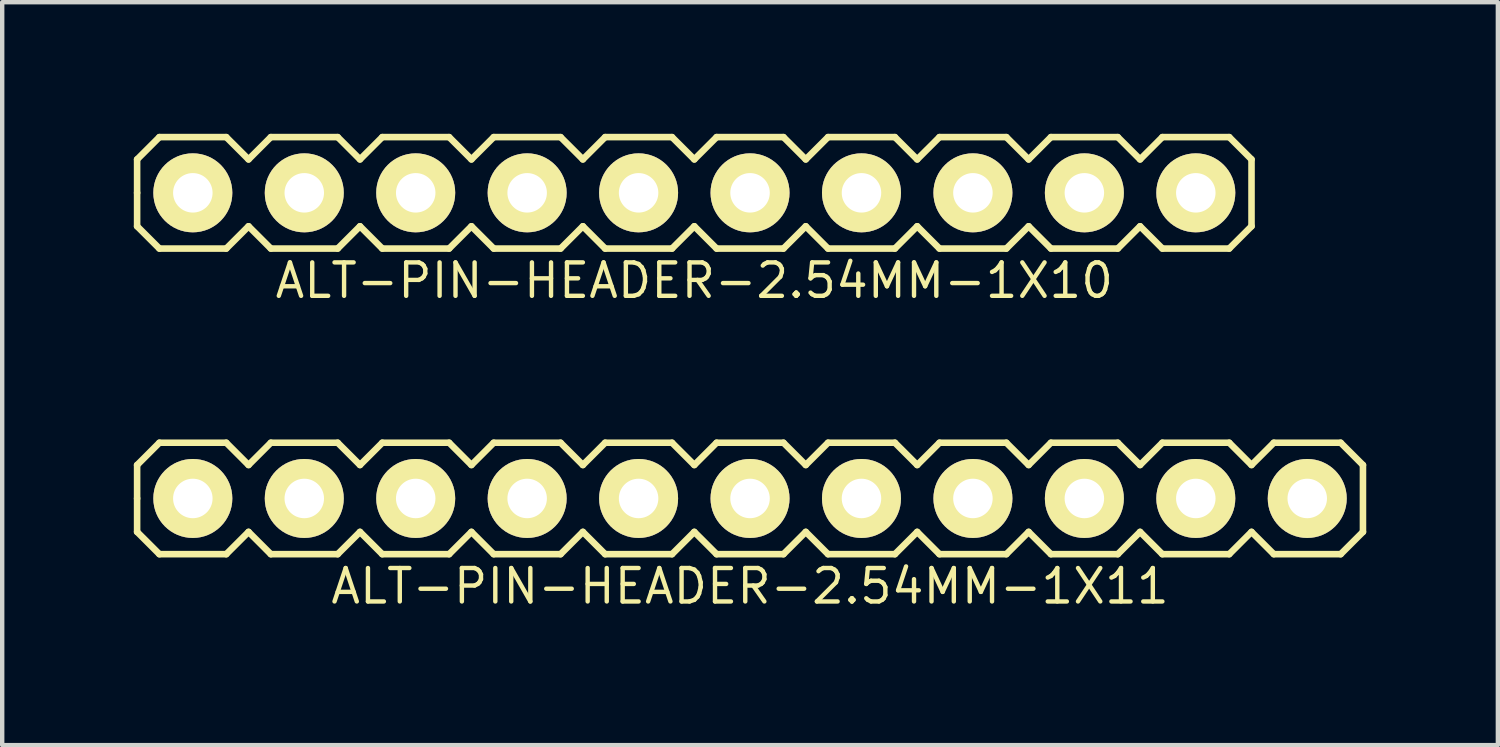
<source format=kicad_pcb>
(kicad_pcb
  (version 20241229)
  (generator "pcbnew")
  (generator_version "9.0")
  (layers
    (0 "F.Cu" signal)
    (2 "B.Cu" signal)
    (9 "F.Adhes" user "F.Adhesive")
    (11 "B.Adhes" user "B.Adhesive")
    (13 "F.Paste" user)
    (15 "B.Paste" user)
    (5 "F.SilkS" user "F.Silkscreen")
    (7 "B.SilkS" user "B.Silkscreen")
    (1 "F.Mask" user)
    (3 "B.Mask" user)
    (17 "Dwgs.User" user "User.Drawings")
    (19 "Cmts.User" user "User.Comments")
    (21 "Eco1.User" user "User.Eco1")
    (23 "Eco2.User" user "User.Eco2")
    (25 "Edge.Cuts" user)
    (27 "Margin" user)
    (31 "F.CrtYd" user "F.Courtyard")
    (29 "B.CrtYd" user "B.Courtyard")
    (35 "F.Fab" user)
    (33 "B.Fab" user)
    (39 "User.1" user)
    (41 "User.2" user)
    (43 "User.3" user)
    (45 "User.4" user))
  (footprint "ALT-PIN-HEADER-2.54MM-1X10"
    (layer "F.Cu")
    (at 12.775 1.345)
    (property "Reference" "ALT-PIN-HEADER-2.54MM-1X10" (at 0 2 0) (layer "F.SilkS") (effects (font (size 0.762 0.762) (thickness 0.1))))
    (attr through_hole)
    (fp_line (start -12.7 -0.762) (end -12.192 -1.27) (stroke (width 0.15) (type solid)) (layer "F.SilkS"))
    (fp_line (start -12.7 0) (end -12.7 -0.762) (stroke (width 0.15) (type solid)) (layer "F.SilkS"))
    (fp_line (start -12.7 0.762) (end -12.7 0) (stroke (width 0.15) (type solid)) (layer "F.SilkS"))
    (fp_line (start -12.192 -1.27) (end -10.668 -1.27) (stroke (width 0.15) (type solid)) (layer "F.SilkS"))
    (fp_line (start -12.192 1.27) (end -12.7 0.762) (stroke (width 0.15) (type solid)) (layer "F.SilkS"))
    (fp_line (start -10.668 -1.27) (end -10.16 -0.762) (stroke (width 0.15) (type solid)) (layer "F.SilkS"))
    (fp_line (start -10.668 1.27) (end -12.192 1.27) (stroke (width 0.15) (type solid)) (layer "F.SilkS"))
    (fp_line (start -10.16 -0.762) (end -9.652 -1.27) (stroke (width 0.15) (type solid)) (layer "F.SilkS"))
    (fp_line (start -10.16 0.762) (end -10.668 1.27) (stroke (width 0.15) (type solid)) (layer "F.SilkS"))
    (fp_line (start -9.652 -1.27) (end -8.128 -1.27) (stroke (width 0.15) (type solid)) (layer "F.SilkS"))
    (fp_line (start -9.652 1.27) (end -10.16 0.762) (stroke (width 0.15) (type solid)) (layer "F.SilkS"))
    (fp_line (start -8.128 -1.27) (end -7.62 -0.762) (stroke (width 0.15) (type solid)) (layer "F.SilkS"))
    (fp_line (start -8.128 1.27) (end -9.652 1.27) (stroke (width 0.15) (type solid)) (layer "F.SilkS"))
    (fp_line (start -7.62 -0.762) (end -7.112 -1.27) (stroke (width 0.15) (type solid)) (layer "F.SilkS"))
    (fp_line (start -7.62 0.762) (end -8.128 1.27) (stroke (width 0.15) (type solid)) (layer "F.SilkS"))
    (fp_line (start -7.112 -1.27) (end -5.588 -1.27) (stroke (width 0.15) (type solid)) (layer "F.SilkS"))
    (fp_line (start -7.112 1.27) (end -7.62 0.762) (stroke (width 0.15) (type solid)) (layer "F.SilkS"))
    (fp_line (start -5.588 -1.27) (end -5.08 -0.762) (stroke (width 0.15) (type solid)) (layer "F.SilkS"))
    (fp_line (start -5.588 1.27) (end -7.112 1.27) (stroke (width 0.15) (type solid)) (layer "F.SilkS"))
    (fp_line (start -5.08 -0.762) (end -4.572 -1.27) (stroke (width 0.15) (type solid)) (layer "F.SilkS"))
    (fp_line (start -5.08 0.762) (end -5.588 1.27) (stroke (width 0.15) (type solid)) (layer "F.SilkS"))
    (fp_line (start -4.572 -1.27) (end -3.048 -1.27) (stroke (width 0.15) (type solid)) (layer "F.SilkS"))
    (fp_line (start -4.572 1.27) (end -5.08 0.762) (stroke (width 0.15) (type solid)) (layer "F.SilkS"))
    (fp_line (start -3.048 -1.27) (end -2.54 -0.762) (stroke (width 0.15) (type solid)) (layer "F.SilkS"))
    (fp_line (start -3.048 1.27) (end -4.572 1.27) (stroke (width 0.15) (type solid)) (layer "F.SilkS"))
    (fp_line (start -2.54 -0.762) (end -2.032 -1.27) (stroke (width 0.15) (type solid)) (layer "F.SilkS"))
    (fp_line (start -2.54 0.762) (end -3.048 1.27) (stroke (width 0.15) (type solid)) (layer "F.SilkS"))
    (fp_line (start -2.032 -1.27) (end -0.508 -1.27) (stroke (width 0.15) (type solid)) (layer "F.SilkS"))
    (fp_line (start -2.032 1.27) (end -2.54 0.762) (stroke (width 0.15) (type solid)) (layer "F.SilkS"))
    (fp_line (start -0.508 -1.27) (end 0 -0.762) (stroke (width 0.15) (type solid)) (layer "F.SilkS"))
    (fp_line (start -0.508 1.27) (end -2.032 1.27) (stroke (width 0.15) (type solid)) (layer "F.SilkS"))
    (fp_line (start 0 -0.762) (end 0.508 -1.27) (stroke (width 0.15) (type solid)) (layer "F.SilkS"))
    (fp_line (start 0 0.762) (end -0.508 1.27) (stroke (width 0.15) (type solid)) (layer "F.SilkS"))
    (fp_line (start 0.508 -1.27) (end 2.032 -1.27) (stroke (width 0.15) (type solid)) (layer "F.SilkS"))
    (fp_line (start 0.508 1.27) (end 0 0.762) (stroke (width 0.15) (type solid)) (layer "F.SilkS"))
    (fp_line (start 2.032 -1.27) (end 2.54 -0.762) (stroke (width 0.15) (type solid)) (layer "F.SilkS"))
    (fp_line (start 2.032 1.27) (end 0.508 1.27) (stroke (width 0.15) (type solid)) (layer "F.SilkS"))
    (fp_line (start 2.54 -0.762) (end 3.048 -1.27) (stroke (width 0.15) (type solid)) (layer "F.SilkS"))
    (fp_line (start 2.54 0.762) (end 2.032 1.27) (stroke (width 0.15) (type solid)) (layer "F.SilkS"))
    (fp_line (start 3.048 -1.27) (end 4.572 -1.27) (stroke (width 0.15) (type solid)) (layer "F.SilkS"))
    (fp_line (start 3.048 1.27) (end 2.54 0.762) (stroke (width 0.15) (type solid)) (layer "F.SilkS"))
    (fp_line (start 4.572 -1.27) (end 5.08 -0.762) (stroke (width 0.15) (type solid)) (layer "F.SilkS"))
    (fp_line (start 4.572 1.27) (end 3.048 1.27) (stroke (width 0.15) (type solid)) (layer "F.SilkS"))
    (fp_line (start 5.08 -0.762) (end 5.588 -1.27) (stroke (width 0.15) (type solid)) (layer "F.SilkS"))
    (fp_line (start 5.08 0.762) (end 4.572 1.27) (stroke (width 0.15) (type solid)) (layer "F.SilkS"))
    (fp_line (start 5.588 -1.27) (end 7.112 -1.27) (stroke (width 0.15) (type solid)) (layer "F.SilkS"))
    (fp_line (start 5.588 1.27) (end 5.08 0.762) (stroke (width 0.15) (type solid)) (layer "F.SilkS"))
    (fp_line (start 7.112 -1.27) (end 7.62 -0.762) (stroke (width 0.15) (type solid)) (layer "F.SilkS"))
    (fp_line (start 7.112 1.27) (end 5.588 1.27) (stroke (width 0.15) (type solid)) (layer "F.SilkS"))
    (fp_line (start 7.62 -0.762) (end 8.128 -1.27) (stroke (width 0.15) (type solid)) (layer "F.SilkS"))
    (fp_line (start 7.62 0.762) (end 7.112 1.27) (stroke (width 0.15) (type solid)) (layer "F.SilkS"))
    (fp_line (start 8.128 -1.27) (end 9.652 -1.27) (stroke (width 0.15) (type solid)) (layer "F.SilkS"))
    (fp_line (start 8.128 1.27) (end 7.62 0.762) (stroke (width 0.15) (type solid)) (layer "F.SilkS"))
    (fp_line (start 9.652 -1.27) (end 10.16 -0.762) (stroke (width 0.15) (type solid)) (layer "F.SilkS"))
    (fp_line (start 9.652 1.27) (end 8.128 1.27) (stroke (width 0.15) (type solid)) (layer "F.SilkS"))
    (fp_line (start 10.16 -0.762) (end 10.668 -1.27) (stroke (width 0.15) (type solid)) (layer "F.SilkS"))
    (fp_line (start 10.16 0.762) (end 9.652 1.27) (stroke (width 0.15) (type solid)) (layer "F.SilkS"))
    (fp_line (start 10.668 -1.27) (end 12.192 -1.27) (stroke (width 0.15) (type solid)) (layer "F.SilkS"))
    (fp_line (start 10.668 1.27) (end 10.16 0.762) (stroke (width 0.15) (type solid)) (layer "F.SilkS"))
    (fp_line (start 12.192 -1.27) (end 12.7 -0.762) (stroke (width 0.15) (type solid)) (layer "F.SilkS"))
    (fp_line (start 12.192 1.27) (end 10.668 1.27) (stroke (width 0.15) (type solid)) (layer "F.SilkS"))
    (fp_line (start 12.7 -0.762) (end 12.7 0.762) (stroke (width 0.15) (type solid)) (layer "F.SilkS"))
    (fp_line (start 12.7 0.762) (end 12.192 1.27) (stroke (width 0.15) (type solid)) (layer "F.SilkS"))
    (pad "1" thru_hole circle (at -11.43 0) (size 1.8 1.8) (drill 0.9) (layers "*.Cu" "*.Mask" "F.SilkS"))
    (pad "2" thru_hole circle (at -8.89 0) (size 1.8 1.8) (drill 0.9) (layers "*.Cu" "*.Mask" "F.SilkS"))
    (pad "3" thru_hole circle (at -6.35 0) (size 1.8 1.8) (drill 0.9) (layers "*.Cu" "*.Mask" "F.SilkS"))
    (pad "4" thru_hole circle (at -3.81 0) (size 1.8 1.8) (drill 0.9) (layers "*.Cu" "*.Mask" "F.SilkS"))
    (pad "5" thru_hole circle (at -1.27 0) (size 1.8 1.8) (drill 0.9) (layers "*.Cu" "*.Mask" "F.SilkS"))
    (pad "6" thru_hole circle (at 1.27 0) (size 1.8 1.8) (drill 0.9) (layers "*.Cu" "*.Mask" "F.SilkS"))
    (pad "7" thru_hole circle (at 3.81 0) (size 1.8 1.8) (drill 0.9) (layers "*.Cu" "*.Mask" "F.SilkS"))
    (pad "8" thru_hole circle (at 6.35 0) (size 1.8 1.8) (drill 0.9) (layers "*.Cu" "*.Mask" "F.SilkS"))
    (pad "9" thru_hole circle (at 8.89 0) (size 1.8 1.8) (drill 0.9) (layers "*.Cu" "*.Mask" "F.SilkS"))
    (pad "10" thru_hole circle (at 11.43 0) (size 1.8 1.8) (drill 0.9) (layers "*.Cu" "*.Mask" "F.SilkS")))
  (footprint "ALT-PIN-HEADER-2.54MM-1X11"
    (layer "F.Cu")
    (at 14.045 8.311)
    (property "Reference" "ALT-PIN-HEADER-2.54MM-1X11" (at 0 2 0) (layer "F.SilkS") (effects (font (size 0.762 0.762) (thickness 0.1))))
    (attr through_hole)
    (fp_line (start -13.97 -0.762) (end -13.462 -1.27) (stroke (width 0.15) (type solid)) (layer "F.SilkS"))
    (fp_line (start -13.97 0) (end -13.97 -0.762) (stroke (width 0.15) (type solid)) (layer "F.SilkS"))
    (fp_line (start -13.97 0.762) (end -13.97 0) (stroke (width 0.15) (type solid)) (layer "F.SilkS"))
    (fp_line (start -13.462 -1.27) (end -11.938 -1.27) (stroke (width 0.15) (type solid)) (layer "F.SilkS"))
    (fp_line (start -13.462 1.27) (end -13.97 0.762) (stroke (width 0.15) (type solid)) (layer "F.SilkS"))
    (fp_line (start -11.938 -1.27) (end -11.43 -0.762) (stroke (width 0.15) (type solid)) (layer "F.SilkS"))
    (fp_line (start -11.938 1.27) (end -13.462 1.27) (stroke (width 0.15) (type solid)) (layer "F.SilkS"))
    (fp_line (start -11.43 -0.762) (end -10.922 -1.27) (stroke (width 0.15) (type solid)) (layer "F.SilkS"))
    (fp_line (start -11.43 0.762) (end -11.938 1.27) (stroke (width 0.15) (type solid)) (layer "F.SilkS"))
    (fp_line (start -10.922 -1.27) (end -9.398 -1.27) (stroke (width 0.15) (type solid)) (layer "F.SilkS"))
    (fp_line (start -10.922 1.27) (end -11.43 0.762) (stroke (width 0.15) (type solid)) (layer "F.SilkS"))
    (fp_line (start -9.398 -1.27) (end -8.89 -0.762) (stroke (width 0.15) (type solid)) (layer "F.SilkS"))
    (fp_line (start -9.398 1.27) (end -10.922 1.27) (stroke (width 0.15) (type solid)) (layer "F.SilkS"))
    (fp_line (start -8.89 -0.762) (end -8.382 -1.27) (stroke (width 0.15) (type solid)) (layer "F.SilkS"))
    (fp_line (start -8.89 0.762) (end -9.398 1.27) (stroke (width 0.15) (type solid)) (layer "F.SilkS"))
    (fp_line (start -8.382 -1.27) (end -6.858 -1.27) (stroke (width 0.15) (type solid)) (layer "F.SilkS"))
    (fp_line (start -8.382 1.27) (end -8.89 0.762) (stroke (width 0.15) (type solid)) (layer "F.SilkS"))
    (fp_line (start -6.858 -1.27) (end -6.35 -0.762) (stroke (width 0.15) (type solid)) (layer "F.SilkS"))
    (fp_line (start -6.858 1.27) (end -8.382 1.27) (stroke (width 0.15) (type solid)) (layer "F.SilkS"))
    (fp_line (start -6.35 -0.762) (end -5.842 -1.27) (stroke (width 0.15) (type solid)) (layer "F.SilkS"))
    (fp_line (start -6.35 0.762) (end -6.858 1.27) (stroke (width 0.15) (type solid)) (layer "F.SilkS"))
    (fp_line (start -5.842 -1.27) (end -4.318 -1.27) (stroke (width 0.15) (type solid)) (layer "F.SilkS"))
    (fp_line (start -5.842 1.27) (end -6.35 0.762) (stroke (width 0.15) (type solid)) (layer "F.SilkS"))
    (fp_line (start -4.318 -1.27) (end -3.81 -0.762) (stroke (width 0.15) (type solid)) (layer "F.SilkS"))
    (fp_line (start -4.318 1.27) (end -5.842 1.27) (stroke (width 0.15) (type solid)) (layer "F.SilkS"))
    (fp_line (start -3.81 -0.762) (end -3.302 -1.27) (stroke (width 0.15) (type solid)) (layer "F.SilkS"))
    (fp_line (start -3.81 0.762) (end -4.318 1.27) (stroke (width 0.15) (type solid)) (layer "F.SilkS"))
    (fp_line (start -3.302 -1.27) (end -1.778 -1.27) (stroke (width 0.15) (type solid)) (layer "F.SilkS"))
    (fp_line (start -3.302 1.27) (end -3.81 0.762) (stroke (width 0.15) (type solid)) (layer "F.SilkS"))
    (fp_line (start -1.778 -1.27) (end -1.27 -0.762) (stroke (width 0.15) (type solid)) (layer "F.SilkS"))
    (fp_line (start -1.778 1.27) (end -3.302 1.27) (stroke (width 0.15) (type solid)) (layer "F.SilkS"))
    (fp_line (start -1.27 -0.762) (end -0.762 -1.27) (stroke (width 0.15) (type solid)) (layer "F.SilkS"))
    (fp_line (start -1.27 0.762) (end -1.778 1.27) (stroke (width 0.15) (type solid)) (layer "F.SilkS"))
    (fp_line (start -0.762 -1.27) (end 0.762 -1.27) (stroke (width 0.15) (type solid)) (layer "F.SilkS"))
    (fp_line (start -0.762 1.27) (end -1.27 0.762) (stroke (width 0.15) (type solid)) (layer "F.SilkS"))
    (fp_line (start 0.762 -1.27) (end 1.27 -0.762) (stroke (width 0.15) (type solid)) (layer "F.SilkS"))
    (fp_line (start 0.762 1.27) (end -0.762 1.27) (stroke (width 0.15) (type solid)) (layer "F.SilkS"))
    (fp_line (start 1.27 -0.762) (end 1.778 -1.27) (stroke (width 0.15) (type solid)) (layer "F.SilkS"))
    (fp_line (start 1.27 0.762) (end 0.762 1.27) (stroke (width 0.15) (type solid)) (layer "F.SilkS"))
    (fp_line (start 1.778 -1.27) (end 3.302 -1.27) (stroke (width 0.15) (type solid)) (layer "F.SilkS"))
    (fp_line (start 1.778 1.27) (end 1.27 0.762) (stroke (width 0.15) (type solid)) (layer "F.SilkS"))
    (fp_line (start 3.302 -1.27) (end 3.81 -0.762) (stroke (width 0.15) (type solid)) (layer "F.SilkS"))
    (fp_line (start 3.302 1.27) (end 1.778 1.27) (stroke (width 0.15) (type solid)) (layer "F.SilkS"))
    (fp_line (start 3.81 -0.762) (end 4.318 -1.27) (stroke (width 0.15) (type solid)) (layer "F.SilkS"))
    (fp_line (start 3.81 0.762) (end 3.302 1.27) (stroke (width 0.15) (type solid)) (layer "F.SilkS"))
    (fp_line (start 4.318 -1.27) (end 5.842 -1.27) (stroke (width 0.15) (type solid)) (layer "F.SilkS"))
    (fp_line (start 4.318 1.27) (end 3.81 0.762) (stroke (width 0.15) (type solid)) (layer "F.SilkS"))
    (fp_line (start 5.842 -1.27) (end 6.35 -0.762) (stroke (width 0.15) (type solid)) (layer "F.SilkS"))
    (fp_line (start 5.842 1.27) (end 4.318 1.27) (stroke (width 0.15) (type solid)) (layer "F.SilkS"))
    (fp_line (start 6.35 -0.762) (end 6.858 -1.27) (stroke (width 0.15) (type solid)) (layer "F.SilkS"))
    (fp_line (start 6.35 0.762) (end 5.842 1.27) (stroke (width 0.15) (type solid)) (layer "F.SilkS"))
    (fp_line (start 6.858 -1.27) (end 8.382 -1.27) (stroke (width 0.15) (type solid)) (layer "F.SilkS"))
    (fp_line (start 6.858 1.27) (end 6.35 0.762) (stroke (width 0.15) (type solid)) (layer "F.SilkS"))
    (fp_line (start 8.382 -1.27) (end 8.89 -0.762) (stroke (width 0.15) (type solid)) (layer "F.SilkS"))
    (fp_line (start 8.382 1.27) (end 6.858 1.27) (stroke (width 0.15) (type solid)) (layer "F.SilkS"))
    (fp_line (start 8.89 -0.762) (end 9.398 -1.27) (stroke (width 0.15) (type solid)) (layer "F.SilkS"))
    (fp_line (start 8.89 0.762) (end 8.382 1.27) (stroke (width 0.15) (type solid)) (layer "F.SilkS"))
    (fp_line (start 9.398 -1.27) (end 10.922 -1.27) (stroke (width 0.15) (type solid)) (layer "F.SilkS"))
    (fp_line (start 9.398 1.27) (end 8.89 0.762) (stroke (width 0.15) (type solid)) (layer "F.SilkS"))
    (fp_line (start 10.922 -1.27) (end 11.43 -0.762) (stroke (width 0.15) (type solid)) (layer "F.SilkS"))
    (fp_line (start 10.922 1.27) (end 9.398 1.27) (stroke (width 0.15) (type solid)) (layer "F.SilkS"))
    (fp_line (start 11.43 -0.762) (end 11.938 -1.27) (stroke (width 0.15) (type solid)) (layer "F.SilkS"))
    (fp_line (start 11.43 0.762) (end 10.922 1.27) (stroke (width 0.15) (type solid)) (layer "F.SilkS"))
    (fp_line (start 11.938 -1.27) (end 13.462 -1.27) (stroke (width 0.15) (type solid)) (layer "F.SilkS"))
    (fp_line (start 11.938 1.27) (end 11.43 0.762) (stroke (width 0.15) (type solid)) (layer "F.SilkS"))
    (fp_line (start 13.462 -1.27) (end 13.97 -0.762) (stroke (width 0.15) (type solid)) (layer "F.SilkS"))
    (fp_line (start 13.462 1.27) (end 11.938 1.27) (stroke (width 0.15) (type solid)) (layer "F.SilkS"))
    (fp_line (start 13.97 -0.762) (end 13.97 0.762) (stroke (width 0.15) (type solid)) (layer "F.SilkS"))
    (fp_line (start 13.97 0.762) (end 13.462 1.27) (stroke (width 0.15) (type solid)) (layer "F.SilkS"))
    (pad "1" thru_hole circle (at -12.7 0) (size 1.8 1.8) (drill 0.9) (layers "*.Cu" "*.Mask" "F.SilkS"))
    (pad "2" thru_hole circle (at -10.16 0) (size 1.8 1.8) (drill 0.9) (layers "*.Cu" "*.Mask" "F.SilkS"))
    (pad "3" thru_hole circle (at -7.62 0) (size 1.8 1.8) (drill 0.9) (layers "*.Cu" "*.Mask" "F.SilkS"))
    (pad "4" thru_hole circle (at -5.08 0) (size 1.8 1.8) (drill 0.9) (layers "*.Cu" "*.Mask" "F.SilkS"))
    (pad "5" thru_hole circle (at -2.54 0) (size 1.8 1.8) (drill 0.9) (layers "*.Cu" "*.Mask" "F.SilkS"))
    (pad "6" thru_hole circle (at 0 0) (size 1.8 1.8) (drill 0.9) (layers "*.Cu" "*.Mask" "F.SilkS"))
    (pad "7" thru_hole circle (at 2.54 0) (size 1.8 1.8) (drill 0.9) (layers "*.Cu" "*.Mask" "F.SilkS"))
    (pad "8" thru_hole circle (at 5.08 0) (size 1.8 1.8) (drill 0.9) (layers "*.Cu" "*.Mask" "F.SilkS"))
    (pad "9" thru_hole circle (at 7.62 0) (size 1.8 1.8) (drill 0.9) (layers "*.Cu" "*.Mask" "F.SilkS"))
    (pad "10" thru_hole circle (at 10.16 0) (size 1.8 1.8) (drill 0.9) (layers "*.Cu" "*.Mask" "F.SilkS"))
    (pad "11" thru_hole circle (at 12.7 0) (size 1.8 1.8) (drill 0.9) (layers "*.Cu" "*.Mask" "F.SilkS")))
  (gr_rect
    (start -3 -3)
    (end 31.09 13.933)
    (stroke (width 0.1) (type default))
    (fill no)
    (layer "Edge.Cuts")))
</source>
